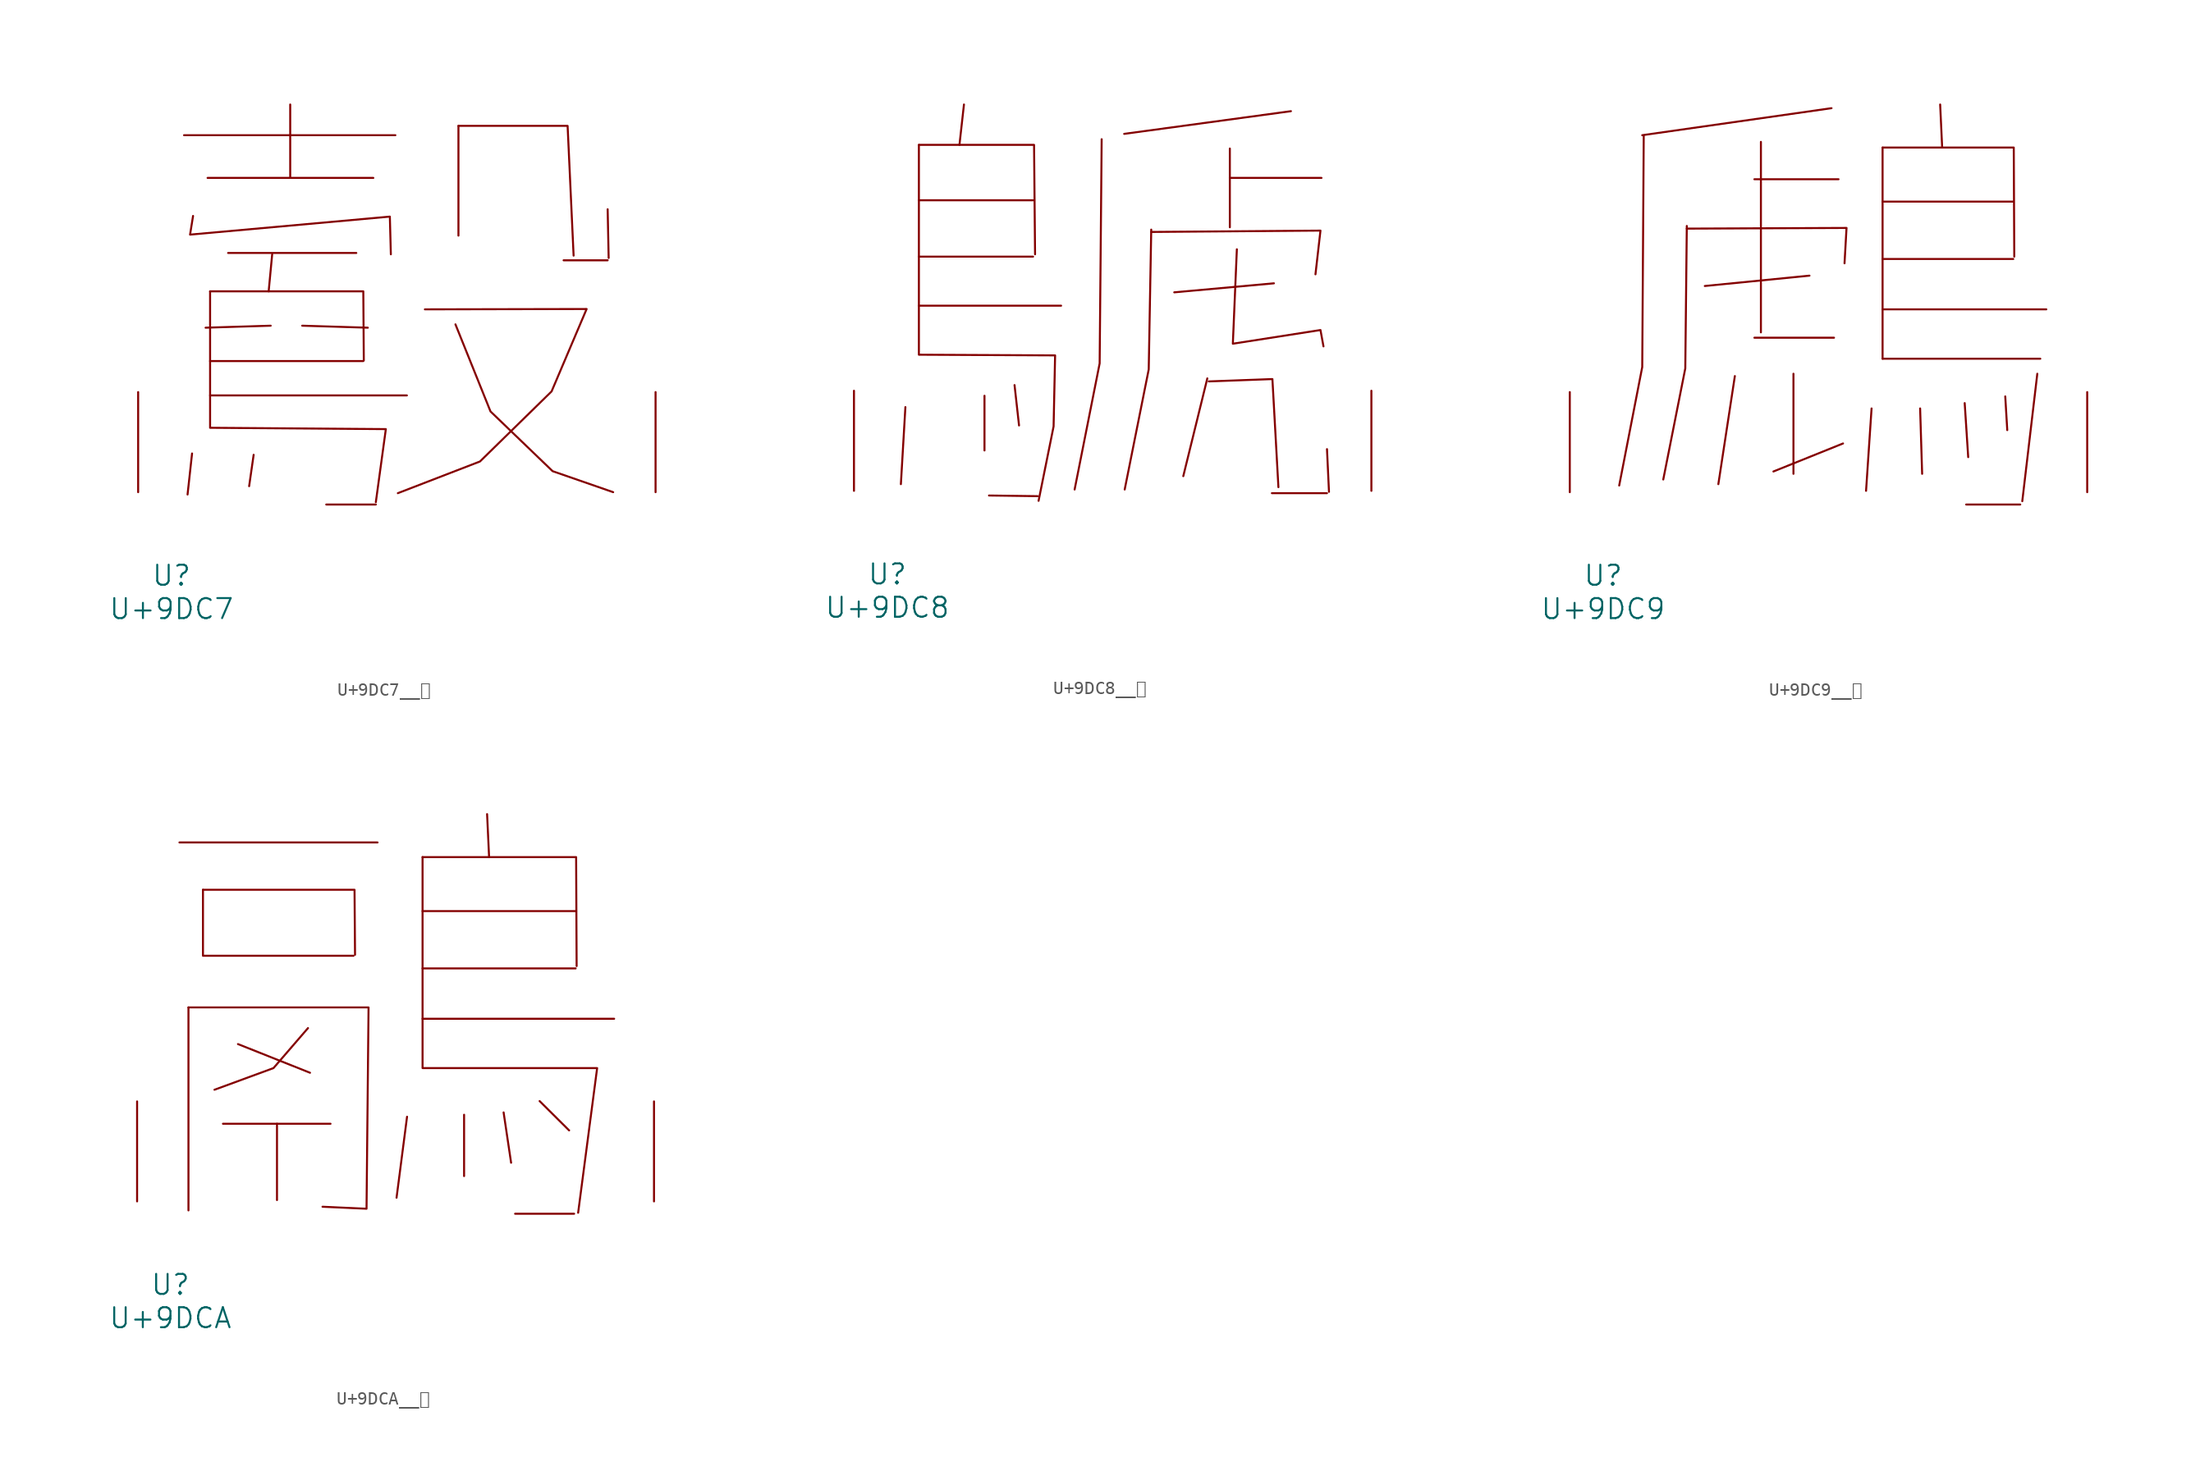
<source format=kicad_sym>
(kicad_symbol_lib
  (version 20231120)
  (generator "kicad_symbol_editor")
  (generator_version "8.0")
  (symbol "U+9DC7__鷇"
    (pin_names
      (offset 1.016))
    (property "Reference" "U"
      (at 0 -6.35 0)
      (effects (font (size 1.524 1.524))))
    (property "Value" "U+9DC7"
      (at 0 -8.89 0)
      (effects (font (size 1.524 1.524))))
    (symbol "U+9DC7__鷇_0_1"
      (polyline (pts (xy 0.953 27.178) (xy 17.031 27.178)) (stroke (width 0) (type solid)) (fill (type none)))
      (polyline (pts (xy 1.562 2.946) (xy 1.219 -0.178)) (stroke (width 0) (type solid)) (fill (type none)))
      (polyline (pts (xy 2.743 23.927) (xy 15.354 23.927)) (stroke (width 0) (type solid)) (fill (type none)))
      (polyline (pts (xy 2.934 7.366) (xy 17.907 7.366)) (stroke (width 0) (type solid)) (fill (type none)))
      (polyline (pts (xy 2.934 9.982) (xy 14.592 9.982)) (stroke (width 0) (type solid)) (fill (type none)))
      (polyline (pts (xy 4.305 18.212) (xy 14.059 18.212)) (stroke (width 0) (type solid)) (fill (type none)))
      (polyline (pts (xy 6.248 2.845) (xy 5.905 0.457)) (stroke (width 0) (type solid)) (fill (type none)))
      (polyline (pts (xy 7.544 12.675) (xy 2.591 12.522)) (stroke (width 0) (type solid)) (fill (type none)))
      (polyline (pts (xy 7.658 18.11) (xy 7.391 15.291)) (stroke (width 0) (type solid)) (fill (type none)))
      (polyline (pts (xy 9.03 29.515) (xy 9.03 24.003)) (stroke (width 0) (type solid)) (fill (type none)))
      (polyline (pts (xy 9.944 12.675) (xy 14.935 12.522)) (stroke (width 0) (type solid)) (fill (type none)))
      (polyline (pts (xy 11.773 -0.94) (xy 15.545 -0.94)) (stroke (width 0) (type solid)) (fill (type none)))
      (polyline (pts (xy 21.831 27.889) (xy 21.831 19.533)) (stroke (width 0) (type solid)) (fill (type none)))
      (polyline (pts (xy 29.832 17.653) (xy 33.185 17.653)) (stroke (width 0) (type solid)) (fill (type none)))
      (polyline (pts (xy 33.185 21.539) (xy 33.261 17.831)) (stroke (width 0) (type solid)) (fill (type none)))
      (polyline (pts (xy 2.934 15.291) (xy 14.592 15.291) (xy 14.63 10.033)) (stroke (width 0) (type solid)) (fill (type none)))
      (polyline (pts (xy 21.831 27.889) (xy 30.137 27.889) (xy 30.594 18.009)) (stroke (width 0) (type solid)) (fill (type none)))
      (polyline (pts (xy 1.638 21.031) (xy 1.41 19.609) (xy 16.612 20.98) (xy 16.688 18.11)) (stroke (width 0) (type solid)) (fill (type none)))
      (polyline (pts (xy 2.934 15.291) (xy 2.934 4.902) (xy 16.307 4.801) (xy 15.545 -0.762)) (stroke (width 0) (type solid)) (fill (type none)))
      (polyline (pts (xy 21.603 12.776) (xy 24.27 6.147) (xy 28.994 1.6) (xy 33.604 0)) (stroke (width 0) (type solid)) (fill (type none)))
      (polyline (pts (xy 19.279 13.919) (xy 31.585 13.945) (xy 28.918 7.671) (xy 23.47 2.337) (xy 17.221 -0.076)) (stroke (width 0) (type solid)) (fill (type none)))
      (pin input line (at -2.54 0 90) (length 7.62) (name "~" (effects (font (size 1.27 1.27)))) (number "~" (effects (font (size 1.27 1.27)))))
      (pin input line (at 36.83 0 90) (length 7.62) (name "~" (effects (font (size 1.27 1.27)))) (number "~" (effects (font (size 1.27 1.27)))))))
  (symbol "U+9DC8__鷈"
    (pin_names
      (offset 1.016))
    (property "Reference" "U"
      (at 0 -6.35 0)
      (effects (font (size 1.524 1.524))))
    (property "Value" "U+9DC8"
      (at 0 -8.89 0)
      (effects (font (size 1.524 1.524))))
    (symbol "U+9DC8__鷈_0_1"
      (polyline (pts (xy 1.372 6.375) (xy 1.029 0.508)) (stroke (width 0) (type solid)) (fill (type none)))
      (polyline (pts (xy 2.4 14.097) (xy 13.221 14.097)) (stroke (width 0) (type solid)) (fill (type none)))
      (polyline (pts (xy 2.4 17.831) (xy 11.087 17.831)) (stroke (width 0) (type solid)) (fill (type none)))
      (polyline (pts (xy 2.4 22.123) (xy 11.087 22.123)) (stroke (width 0) (type solid)) (fill (type none)))
      (polyline (pts (xy 5.829 29.413) (xy 5.486 26.34)) (stroke (width 0) (type solid)) (fill (type none)))
      (polyline (pts (xy 7.391 7.239) (xy 7.391 3.073)) (stroke (width 0) (type solid)) (fill (type none)))
      (polyline (pts (xy 9.677 8.052) (xy 10.02 4.978)) (stroke (width 0) (type solid)) (fill (type none)))
      (polyline (pts (xy 11.43 -0.406) (xy 7.734 -0.356)) (stroke (width 0) (type solid)) (fill (type none)))
      (polyline (pts (xy 24.346 8.56) (xy 22.517 1.118)) (stroke (width 0) (type solid)) (fill (type none)))
      (polyline (pts (xy 26.06 23.825) (xy 33.033 23.825)) (stroke (width 0) (type solid)) (fill (type none)))
      (polyline (pts (xy 26.06 26.06) (xy 26.06 20.066)) (stroke (width 0) (type solid)) (fill (type none)))
      (polyline (pts (xy 29.261 -0.178) (xy 33.452 -0.178)) (stroke (width 0) (type solid)) (fill (type none)))
      (polyline (pts (xy 29.413 15.799) (xy 21.831 15.113)) (stroke (width 0) (type solid)) (fill (type none)))
      (polyline (pts (xy 30.709 28.905) (xy 18.021 27.178)) (stroke (width 0) (type solid)) (fill (type none)))
      (polyline (pts (xy 33.452 3.175) (xy 33.604 -0.076)) (stroke (width 0) (type solid)) (fill (type none)))
      (polyline (pts (xy 2.4 26.34) (xy 11.163 26.34) (xy 11.239 18.009)) (stroke (width 0) (type solid)) (fill (type none)))
      (polyline (pts (xy 16.307 26.772) (xy 16.154 9.703) (xy 14.249 0.102)) (stroke (width 0) (type solid)) (fill (type none)))
      (polyline (pts (xy 20.079 19.71) (xy 32.956 19.812) (xy 32.575 16.485)) (stroke (width 0) (type solid)) (fill (type none)))
      (polyline (pts (xy 20.079 19.888) (xy 19.888 9.246) (xy 18.059 0.102)) (stroke (width 0) (type solid)) (fill (type none)))
      (polyline (pts (xy 24.46 8.331) (xy 29.299 8.509) (xy 29.756 0.279)) (stroke (width 0) (type solid)) (fill (type none)))
      (polyline (pts (xy 26.594 18.39) (xy 26.289 11.201) (xy 32.956 12.243) (xy 33.185 10.998)) (stroke (width 0) (type solid)) (fill (type none)))
      (polyline (pts (xy 2.4 26.34) (xy 2.4 10.363) (xy 12.764 10.312) (xy 12.649 4.902) (xy 11.506 -0.762)) (stroke (width 0) (type solid)) (fill (type none)))
      (pin input line (at -2.54 0 90) (length 7.62) (name "~" (effects (font (size 1.27 1.27)))) (number "~" (effects (font (size 1.27 1.27)))))
      (pin input line (at 36.83 0 90) (length 7.62) (name "~" (effects (font (size 1.27 1.27)))) (number "~" (effects (font (size 1.27 1.27)))))))
  (symbol "U+9DC9__鷉"
    (pin_names
      (offset 1.016))
    (property "Reference" "U"
      (at 0 -6.35 0)
      (effects (font (size 1.524 1.524))))
    (property "Value" "U+9DC9"
      (at 0 -8.89 0)
      (effects (font (size 1.524 1.524))))
    (symbol "U+9DC9__鷉_0_1"
      (polyline (pts (xy 10.02 8.839) (xy 8.763 0.61)) (stroke (width 0) (type solid)) (fill (type none)))
      (polyline (pts (xy 11.506 11.76) (xy 17.564 11.76)) (stroke (width 0) (type solid)) (fill (type none)))
      (polyline (pts (xy 11.506 23.825) (xy 17.907 23.825)) (stroke (width 0) (type solid)) (fill (type none)))
      (polyline (pts (xy 12.002 26.67) (xy 12.002 12.167)) (stroke (width 0) (type solid)) (fill (type none)))
      (polyline (pts (xy 14.478 9.017) (xy 14.478 1.397)) (stroke (width 0) (type solid)) (fill (type none)))
      (polyline (pts (xy 15.697 16.485) (xy 7.734 15.697)) (stroke (width 0) (type solid)) (fill (type none)))
      (polyline (pts (xy 17.374 29.235) (xy 2.972 27.178)) (stroke (width 0) (type solid)) (fill (type none)))
      (polyline (pts (xy 18.25 3.708) (xy 12.954 1.575)) (stroke (width 0) (type solid)) (fill (type none)))
      (polyline (pts (xy 20.422 6.375) (xy 20.003 0.102)) (stroke (width 0) (type solid)) (fill (type none)))
      (polyline (pts (xy 21.26 10.16) (xy 33.261 10.16)) (stroke (width 0) (type solid)) (fill (type none)))
      (polyline (pts (xy 21.26 13.919) (xy 33.718 13.919)) (stroke (width 0) (type solid)) (fill (type none)))
      (polyline (pts (xy 21.26 17.755) (xy 31.204 17.755)) (stroke (width 0) (type solid)) (fill (type none)))
      (polyline (pts (xy 21.26 22.123) (xy 31.204 22.123)) (stroke (width 0) (type solid)) (fill (type none)))
      (polyline (pts (xy 21.26 26.238) (xy 21.26 10.16)) (stroke (width 0) (type solid)) (fill (type none)))
      (polyline (pts (xy 24.117 6.375) (xy 24.27 1.397)) (stroke (width 0) (type solid)) (fill (type none)))
      (polyline (pts (xy 25.641 29.515) (xy 25.794 26.238)) (stroke (width 0) (type solid)) (fill (type none)))
      (polyline (pts (xy 27.508 6.782) (xy 27.775 2.667)) (stroke (width 0) (type solid)) (fill (type none)))
      (polyline (pts (xy 27.622 -0.94) (xy 31.737 -0.94)) (stroke (width 0) (type solid)) (fill (type none)))
      (polyline (pts (xy 30.594 7.29) (xy 30.747 4.724)) (stroke (width 0) (type solid)) (fill (type none)))
      (polyline (pts (xy 33.033 9.017) (xy 31.89 -0.686)) (stroke (width 0) (type solid)) (fill (type none)))
      (polyline (pts (xy 3.086 27.127) (xy 2.972 9.525) (xy 1.219 0.508)) (stroke (width 0) (type solid)) (fill (type none)))
      (polyline (pts (xy 6.363 20.066) (xy 18.517 20.117) (xy 18.364 17.424)) (stroke (width 0) (type solid)) (fill (type none)))
      (polyline (pts (xy 6.363 20.269) (xy 6.248 9.423) (xy 4.572 0.965)) (stroke (width 0) (type solid)) (fill (type none)))
      (polyline (pts (xy 21.26 26.238) (xy 31.242 26.238) (xy 31.28 17.932)) (stroke (width 0) (type solid)) (fill (type none)))
      (pin input line (at -2.54 0 90) (length 7.62) (name "~" (effects (font (size 1.27 1.27)))) (number "~" (effects (font (size 1.27 1.27)))))
      (pin input line (at 36.83 0 90) (length 7.62) (name "~" (effects (font (size 1.27 1.27)))) (number "~" (effects (font (size 1.27 1.27)))))))
  (symbol "U+9DCA__鷊"
    (pin_names
      (offset 1.016))
    (property "Reference" "U"
      (at 0 -6.35 0)
      (effects (font (size 1.524 1.524))))
    (property "Value" "U+9DCA"
      (at 0 -8.89 0)
      (effects (font (size 1.524 1.524))))
    (symbol "U+9DCA__鷊_0_1"
      (polyline (pts (xy 0.686 27.356) (xy 15.773 27.356)) (stroke (width 0) (type solid)) (fill (type none)))
      (polyline (pts (xy 1.372 14.783) (xy 1.372 -0.686)) (stroke (width 0) (type solid)) (fill (type none)))
      (polyline (pts (xy 2.477 18.72) (xy 13.945 18.72)) (stroke (width 0) (type solid)) (fill (type none)))
      (polyline (pts (xy 2.477 23.749) (xy 2.477 18.796)) (stroke (width 0) (type solid)) (fill (type none)))
      (polyline (pts (xy 4 5.918) (xy 12.192 5.918)) (stroke (width 0) (type solid)) (fill (type none)))
      (polyline (pts (xy 5.144 11.989) (xy 10.63 9.804)) (stroke (width 0) (type solid)) (fill (type none)))
      (polyline (pts (xy 8.115 5.918) (xy 8.115 0.102)) (stroke (width 0) (type solid)) (fill (type none)))
      (polyline (pts (xy 18.021 6.452) (xy 17.221 0.279)) (stroke (width 0) (type solid)) (fill (type none)))
      (polyline (pts (xy 19.202 13.919) (xy 33.795 13.919)) (stroke (width 0) (type solid)) (fill (type none)))
      (polyline (pts (xy 19.202 17.755) (xy 30.861 17.755)) (stroke (width 0) (type solid)) (fill (type none)))
      (polyline (pts (xy 19.202 22.123) (xy 30.861 22.123)) (stroke (width 0) (type solid)) (fill (type none)))
      (polyline (pts (xy 22.365 6.604) (xy 22.365 1.93)) (stroke (width 0) (type solid)) (fill (type none)))
      (polyline (pts (xy 24.117 29.515) (xy 24.27 26.238)) (stroke (width 0) (type solid)) (fill (type none)))
      (polyline (pts (xy 25.375 6.782) (xy 25.946 2.946)) (stroke (width 0) (type solid)) (fill (type none)))
      (polyline (pts (xy 26.251 -0.94) (xy 30.747 -0.94)) (stroke (width 0) (type solid)) (fill (type none)))
      (polyline (pts (xy 28.118 7.645) (xy 30.366 5.41)) (stroke (width 0) (type solid)) (fill (type none)))
      (polyline (pts (xy 2.477 23.749) (xy 14.021 23.749) (xy 14.059 18.796)) (stroke (width 0) (type solid)) (fill (type none)))
      (polyline (pts (xy 10.477 13.208) (xy 7.849 10.16) (xy 3.353 8.509)) (stroke (width 0) (type solid)) (fill (type none)))
      (polyline (pts (xy 19.202 26.238) (xy 30.899 26.238) (xy 30.937 17.932)) (stroke (width 0) (type solid)) (fill (type none)))
      (polyline (pts (xy 1.372 14.783) (xy 15.088 14.783) (xy 14.935 -0.559) (xy 11.582 -0.406)) (stroke (width 0) (type solid)) (fill (type none)))
      (polyline (pts (xy 19.202 26.238) (xy 19.202 10.16) (xy 32.499 10.16) (xy 31.052 -0.864)) (stroke (width 0) (type solid)) (fill (type none)))
      (pin input line (at -2.54 0 90) (length 7.62) (name "~" (effects (font (size 1.27 1.27)))) (number "~" (effects (font (size 1.27 1.27)))))
      (pin input line (at 36.83 0 90) (length 7.62) (name "~" (effects (font (size 1.27 1.27)))) (number "~" (effects (font (size 1.27 1.27))))))))
</source>
